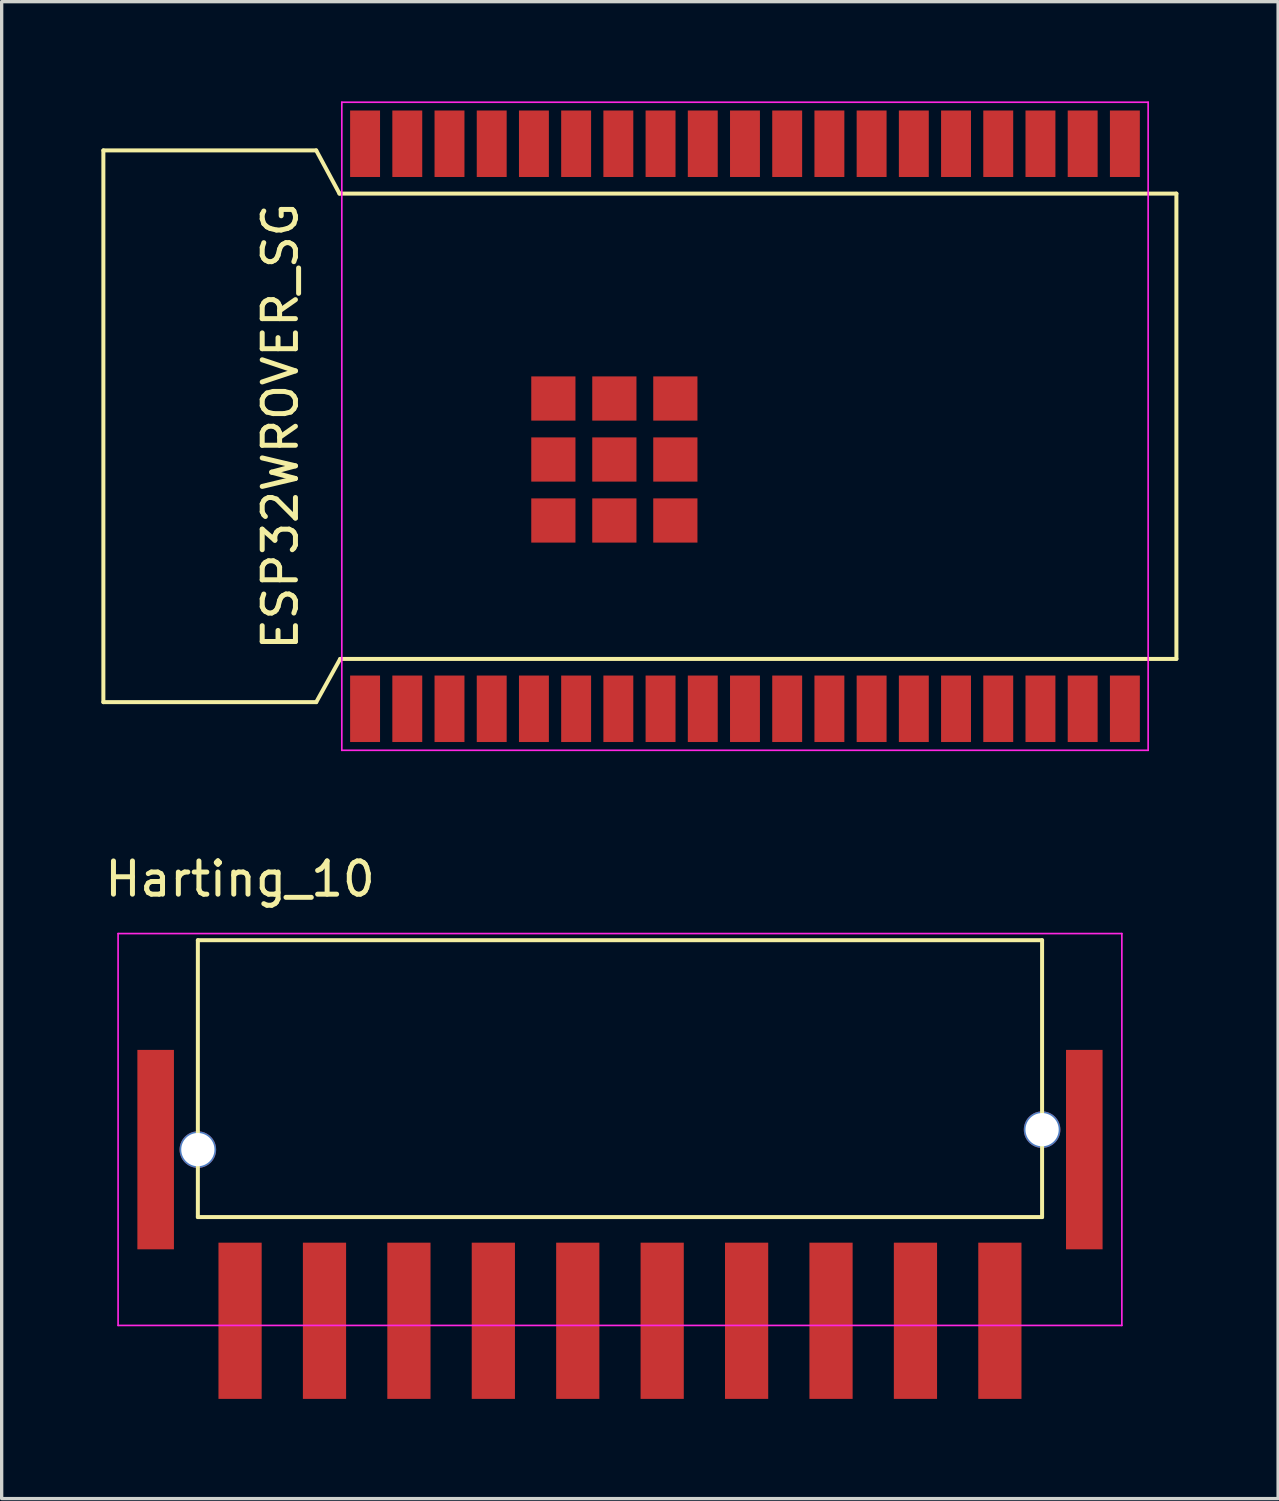
<source format=kicad_pcb>
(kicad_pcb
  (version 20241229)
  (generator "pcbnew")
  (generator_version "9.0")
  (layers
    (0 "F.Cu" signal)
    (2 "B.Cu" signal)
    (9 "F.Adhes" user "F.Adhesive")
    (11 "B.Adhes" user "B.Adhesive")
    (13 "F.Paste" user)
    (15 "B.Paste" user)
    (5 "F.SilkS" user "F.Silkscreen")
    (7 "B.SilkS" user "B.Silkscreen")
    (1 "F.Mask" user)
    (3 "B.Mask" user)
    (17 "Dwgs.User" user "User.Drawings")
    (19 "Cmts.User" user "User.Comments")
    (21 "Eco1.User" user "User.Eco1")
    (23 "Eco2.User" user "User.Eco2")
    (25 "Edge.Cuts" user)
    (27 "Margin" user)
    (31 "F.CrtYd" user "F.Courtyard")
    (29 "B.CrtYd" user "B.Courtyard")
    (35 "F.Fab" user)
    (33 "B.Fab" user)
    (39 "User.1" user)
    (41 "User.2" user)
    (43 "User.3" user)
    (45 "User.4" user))
  (footprint "ESP32WROVER_SG"
    (layer "F.Cu")
    (at 19.364 9.775)
    (property "Reference" "ESP32WROVER_SG" (at -13.98 0 90) (layer "F.SilkS") (effects (font (size 1 1) (thickness 0.15))))
    (attr smd)
    (fp_line (start -19.304 8.3) (end -19.304 -8.3) (stroke (width 0.12) (type solid)) (layer "F.SilkS"))
    (fp_line (start -12.9 -8.3) (end -19.304 -8.3) (stroke (width 0.12) (type solid)) (layer "F.SilkS"))
    (fp_line (start -12.9 8.3) (end -19.304 8.3) (stroke (width 0.12) (type solid)) (layer "F.SilkS"))
    (fp_line (start -12.2 -7) (end -12.9 -8.3) (stroke (width 0.12) (type solid)) (layer "F.SilkS"))
    (fp_line (start -12.2 -7) (end 12.98 -7) (stroke (width 0.12) (type solid)) (layer "F.SilkS"))
    (fp_line (start -12.18 7) (end -12.9 8.3) (stroke (width 0.12) (type solid)) (layer "F.SilkS"))
    (fp_line (start 12.98 -7) (end 12.98 7) (stroke (width 0.12) (type solid)) (layer "F.SilkS"))
    (fp_line (start 12.98 7) (end -12.18 7) (stroke (width 0.12) (type solid)) (layer "F.SilkS"))
    (fp_line (start -12.13 -9.75) (end 12.13 -9.75) (stroke (width 0.05) (type solid)) (layer "F.CrtYd"))
    (fp_line (start -12.13 9.75) (end -12.13 -9.75) (stroke (width 0.05) (type solid)) (layer "F.CrtYd"))
    (fp_line (start 12.13 -9.75) (end 12.13 9.75) (stroke (width 0.05) (type solid)) (layer "F.CrtYd"))
    (fp_line (start 12.13 9.75) (end -12.13 9.75) (stroke (width 0.05) (type solid)) (layer "F.CrtYd"))
    (pad "1" smd rect (at -11.43 8.5) (size 0.9 2) (layers "F.Cu" "F.Mask" "F.Paste"))
    (pad "2" smd rect (at -10.16 8.5) (size 0.9 2) (layers "F.Cu" "F.Mask" "F.Paste"))
    (pad "3" smd rect (at -8.89 8.5) (size 0.9 2) (layers "F.Cu" "F.Mask" "F.Paste"))
    (pad "4" smd rect (at -7.62 8.5) (size 0.9 2) (layers "F.Cu" "F.Mask" "F.Paste"))
    (pad "5" smd rect (at -6.35 8.5) (size 0.9 2) (layers "F.Cu" "F.Mask" "F.Paste"))
    (pad "6" smd rect (at -5.08 8.5) (size 0.9 2) (layers "F.Cu" "F.Mask" "F.Paste"))
    (pad "7" smd rect (at -3.81 8.5) (size 0.9 2) (layers "F.Cu" "F.Mask" "F.Paste"))
    (pad "8" smd rect (at -2.54 8.5) (size 0.9 2) (layers "F.Cu" "F.Mask" "F.Paste"))
    (pad "9" smd rect (at -1.27 8.5) (size 0.9 2) (layers "F.Cu" "F.Mask" "F.Paste"))
    (pad "10" smd rect (at 0 8.5) (size 0.9 2) (layers "F.Cu" "F.Mask" "F.Paste"))
    (pad "11" smd rect (at 1.27 8.5) (size 0.9 2) (layers "F.Cu" "F.Mask" "F.Paste"))
    (pad "12" smd rect (at 2.54 8.5) (size 0.9 2) (layers "F.Cu" "F.Mask" "F.Paste"))
    (pad "13" smd rect (at 3.81 8.5) (size 0.9 2) (layers "F.Cu" "F.Mask" "F.Paste"))
    (pad "14" smd rect (at 5.08 8.5) (size 0.9 2) (layers "F.Cu" "F.Mask" "F.Paste"))
    (pad "15" smd rect (at 6.35 8.5) (size 0.9 2) (layers "F.Cu" "F.Mask" "F.Paste"))
    (pad "16" smd rect (at 7.62 8.5) (size 0.9 2) (layers "F.Cu" "F.Mask" "F.Paste"))
    (pad "17" smd rect (at 8.89 8.5) (size 0.9 2) (layers "F.Cu" "F.Mask" "F.Paste"))
    (pad "18" smd rect (at 10.16 8.5) (size 0.9 2) (layers "F.Cu" "F.Mask" "F.Paste"))
    (pad "19" smd rect (at 11.43 8.5) (size 0.9 2) (layers "F.Cu" "F.Mask" "F.Paste"))
    (pad "20" smd rect (at 11.43 -8.5) (size 0.9 2) (layers "F.Cu" "F.Mask" "F.Paste"))
    (pad "21" smd rect (at 10.16 -8.5) (size 0.9 2) (layers "F.Cu" "F.Mask" "F.Paste"))
    (pad "22" smd rect (at 8.89 -8.5) (size 0.9 2) (layers "F.Cu" "F.Mask" "F.Paste"))
    (pad "23" smd rect (at 7.62 -8.5) (size 0.9 2) (layers "F.Cu" "F.Mask" "F.Paste"))
    (pad "24" smd rect (at 6.35 -8.5) (size 0.9 2) (layers "F.Cu" "F.Mask" "F.Paste"))
    (pad "25" smd rect (at 5.08 -8.5) (size 0.9 2) (layers "F.Cu" "F.Mask" "F.Paste"))
    (pad "26" smd rect (at 3.81 -8.5) (size 0.9 2) (layers "F.Cu" "F.Mask" "F.Paste"))
    (pad "27" smd rect (at 2.54 -8.5) (size 0.9 2) (layers "F.Cu" "F.Mask" "F.Paste"))
    (pad "28" smd rect (at 1.27 -8.5) (size 0.9 2) (layers "F.Cu" "F.Mask" "F.Paste"))
    (pad "29" smd rect (at 0 -8.5) (size 0.9 2) (layers "F.Cu" "F.Mask" "F.Paste"))
    (pad "30" smd rect (at -1.27 -8.5) (size 0.9 2) (layers "F.Cu" "F.Mask" "F.Paste"))
    (pad "31" smd rect (at -2.54 -8.5) (size 0.9 2) (layers "F.Cu" "F.Mask" "F.Paste"))
    (pad "32" smd rect (at -3.81 -8.5) (size 0.9 2) (layers "F.Cu" "F.Mask" "F.Paste"))
    (pad "33" smd rect (at -5.08 -8.5) (size 0.9 2) (layers "F.Cu" "F.Mask" "F.Paste"))
    (pad "34" smd rect (at -6.35 -8.5) (size 0.9 2) (layers "F.Cu" "F.Mask" "F.Paste"))
    (pad "35" smd rect (at -7.62 -8.5) (size 0.9 2) (layers "F.Cu" "F.Mask" "F.Paste"))
    (pad "36" smd rect (at -8.89 -8.5) (size 0.9 2) (layers "F.Cu" "F.Mask" "F.Paste"))
    (pad "37" smd rect (at -10.16 -8.5) (size 0.9 2) (layers "F.Cu" "F.Mask" "F.Paste"))
    (pad "38" smd rect (at -11.43 -8.5) (size 0.9 2) (layers "F.Cu" "F.Mask" "F.Paste"))
    (pad "39" smd rect (at -5.765 -0.835) (size 1.33 1.33) (layers "F.Cu" "F.Mask" "F.Paste"))
    (pad "40" smd rect (at -3.93 -0.835) (size 1.33 1.33) (layers "F.Cu" "F.Mask" "F.Paste"))
    (pad "41" smd rect (at -2.095 -0.835) (size 1.33 1.33) (layers "F.Cu" "F.Mask" "F.Paste"))
    (pad "42" smd rect (at -5.765 1) (size 1.33 1.33) (layers "F.Cu" "F.Mask" "F.Paste"))
    (pad "43" smd rect (at -3.93 1) (size 1.33 1.33) (layers "F.Cu" "F.Mask" "F.Paste"))
    (pad "44" smd rect (at -2.095 1) (size 1.33 1.33) (layers "F.Cu" "F.Mask" "F.Paste"))
    (pad "45" smd rect (at -5.765 2.835) (size 1.33 1.33) (layers "F.Cu" "F.Mask" "F.Paste"))
    (pad "46" smd rect (at -3.93 2.835) (size 1.33 1.33) (layers "F.Cu" "F.Mask" "F.Paste"))
    (pad "47" smd rect (at -2.095 2.835) (size 1.33 1.33) (layers "F.Cu" "F.Mask" "F.Paste")))
  (footprint "Harting_10"
    (layer "F.Cu")
    (at 15.603 32.288)
    (property "Reference" "Harting_10" (at -11.43 -8.89 0) (layer "F.SilkS") (effects (font (size 1 1) (thickness 0.15))))
    (attr smd)
    (fp_line (start -12.7 -7.05) (end 12.7 -7.05) (stroke (width 0.12) (type solid)) (layer "F.SilkS"))
    (fp_line (start -12.7 1.28) (end -12.7 -7.05) (stroke (width 0.12) (type solid)) (layer "F.SilkS"))
    (fp_line (start -12.7 1.28) (end 12.7 1.28) (stroke (width 0.12) (type solid)) (layer "F.SilkS"))
    (fp_line (start 12.7 1.28) (end 12.7 -7.05) (stroke (width 0.12) (type solid)) (layer "F.SilkS"))
    (fp_line (start -15.1 -7.25) (end -15.1 4.54) (stroke (width 0.05) (type solid)) (layer "F.CrtYd"))
    (fp_line (start -15.1 -7.25) (end 15.1 -7.25) (stroke (width 0.05) (type solid)) (layer "F.CrtYd"))
    (fp_line (start -15.1 4.54) (end 15.1 4.54) (stroke (width 0.05) (type solid)) (layer "F.CrtYd"))
    (fp_line (start 15.1 -7.25) (end 15.1 4.54) (stroke (width 0.05) (type solid)) (layer "F.CrtYd"))
    (pad "" thru_hole circle (at -12.7 -0.75) (size 1.1 1.1) (drill 1) (layers "*.Cu" "*.Mask"))
    (pad "" thru_hole circle (at 12.7 -1.35) (size 1.1 1.1) (drill 1) (layers "*.Cu" "*.Mask"))
    (pad "0" smd rect (at -13.97 -0.75) (size 1.1 6) (layers "F.Cu" "F.Mask" "F.Paste"))
    (pad "0" smd rect (at 13.97 -0.75) (size 1.1 6) (layers "F.Cu" "F.Mask" "F.Paste"))
    (pad "1" smd rect (at 11.43 4.4) (size 1.3 4.7) (layers "F.Cu" "F.Mask" "F.Paste"))
    (pad "2" smd rect (at 8.89 4.4) (size 1.3 4.7) (layers "F.Cu" "F.Mask" "F.Paste"))
    (pad "3" smd rect (at 6.35 4.4) (size 1.3 4.7) (layers "F.Cu" "F.Mask" "F.Paste"))
    (pad "4" smd rect (at 3.81 4.4) (size 1.3 4.7) (layers "F.Cu" "F.Mask" "F.Paste"))
    (pad "5" smd rect (at 1.27 4.4) (size 1.3 4.7) (layers "F.Cu" "F.Mask" "F.Paste"))
    (pad "6" smd rect (at -1.27 4.4) (size 1.3 4.7) (layers "F.Cu" "F.Mask" "F.Paste"))
    (pad "7" smd rect (at -3.81 4.4) (size 1.3 4.7) (layers "F.Cu" "F.Mask" "F.Paste"))
    (pad "8" smd rect (at -6.35 4.4) (size 1.3 4.7) (layers "F.Cu" "F.Mask" "F.Paste"))
    (pad "9" smd rect (at -8.89 4.4) (size 1.3 4.7) (layers "F.Cu" "F.Mask" "F.Paste"))
    (pad "10" smd rect (at -11.43 4.4) (size 1.3 4.7) (layers "F.Cu" "F.Mask" "F.Paste")))
  (gr_rect
    (start -3 -3)
    (end 35.404 42.038)
    (stroke (width 0.1) (type default))
    (fill no)
    (layer "Edge.Cuts")))
</source>
